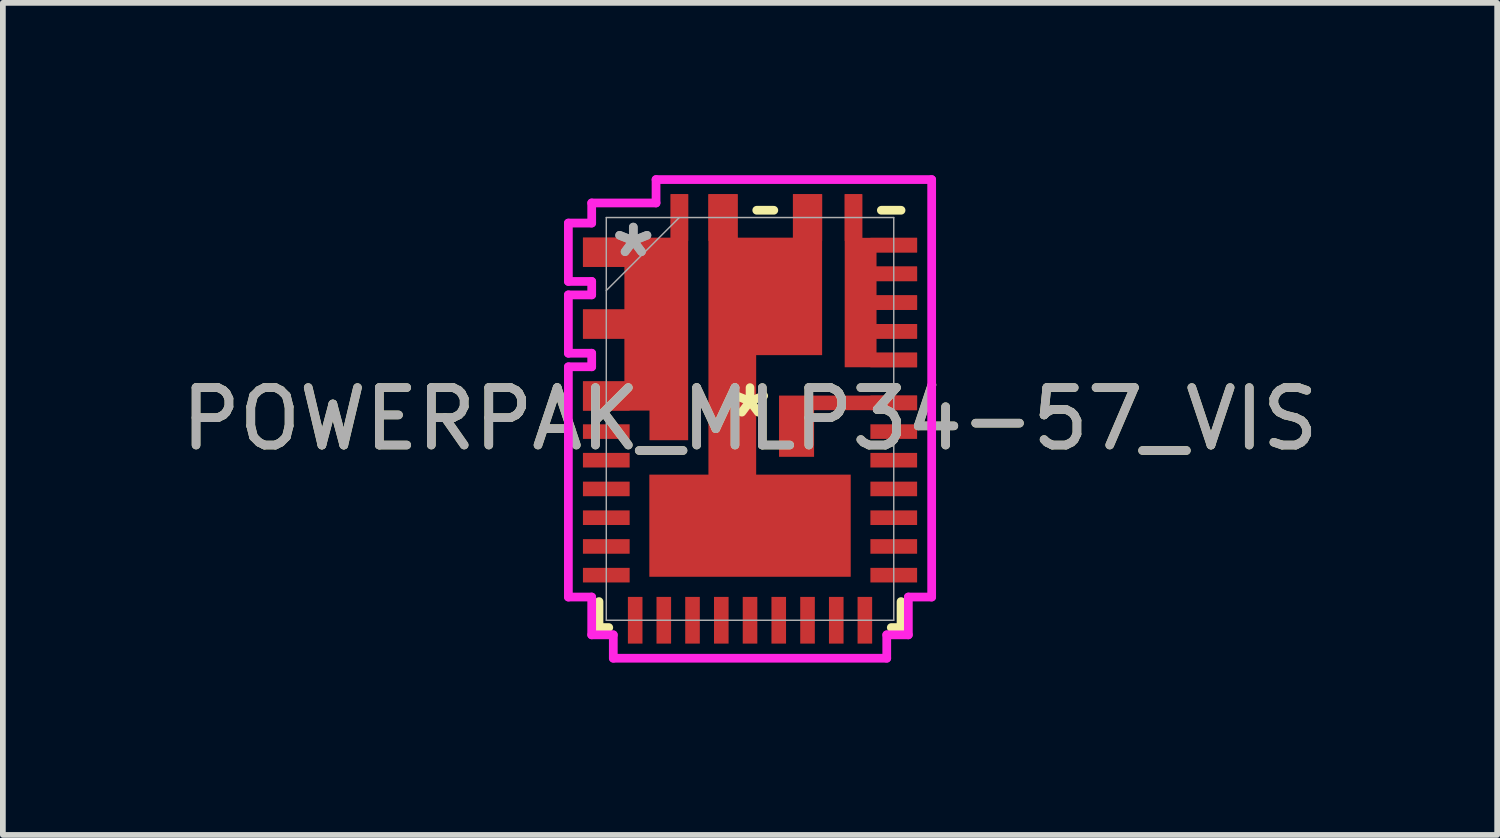
<source format=kicad_pcb>
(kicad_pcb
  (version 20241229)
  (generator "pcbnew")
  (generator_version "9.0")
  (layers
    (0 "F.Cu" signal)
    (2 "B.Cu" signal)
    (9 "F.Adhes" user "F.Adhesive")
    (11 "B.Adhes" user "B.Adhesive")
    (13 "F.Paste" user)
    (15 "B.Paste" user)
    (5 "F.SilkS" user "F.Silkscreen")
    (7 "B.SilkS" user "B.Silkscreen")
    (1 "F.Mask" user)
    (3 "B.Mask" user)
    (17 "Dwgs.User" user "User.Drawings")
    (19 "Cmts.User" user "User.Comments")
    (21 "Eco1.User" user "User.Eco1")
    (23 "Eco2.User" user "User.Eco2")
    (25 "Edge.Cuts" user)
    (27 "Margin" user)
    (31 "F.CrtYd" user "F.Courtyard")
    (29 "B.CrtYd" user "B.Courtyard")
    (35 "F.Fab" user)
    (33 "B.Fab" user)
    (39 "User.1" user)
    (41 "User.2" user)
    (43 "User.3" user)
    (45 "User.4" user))
  (footprint "POWERPAK_MLP34-57_VIS"
    (layer "F.Cu")
    (at 10.006 4.242)
    (property "Reference" "POWERPAK_MLP34-57_VIS" (at 0 0 0) (unlocked yes) (layer "F.SilkS") (effects (font (size 1 1) (thickness 0.15))))
    (attr smd)
    (fp_poly (pts (xy 0.505 -0.406) (xy 0.505 0.66) (xy 1.115 0.66) (xy 1.115 -0.152) (xy 2.908 -0.152) (xy 2.908 -0.406)) (stroke (width 0) (type solid)) (fill yes) (layer "F.Cu"))
    (fp_poly (pts (xy -0.724 -3.912) (xy -0.724 0.97) (xy -1.753 0.97) (xy -1.753 2.748) (xy 1.753 2.748) (xy 1.753 0.97) (xy 0.107 0.97) (xy 0.107 -1.11) (xy 1.255 -1.11) (xy 1.255 -3.912) (xy 0.747 -3.912) (xy 0.747 -3.155) (xy -0.216 -3.155) (xy -0.216 -3.912)) (stroke (width 0) (type solid)) (fill yes) (layer "F.Cu"))
    (fp_poly (pts (xy -2.908 -3.155) (xy -2.908 -2.647) (xy -2.187 -2.647) (xy -2.187 -1.905) (xy -2.908 -1.905) (xy -2.908 -1.397) (xy -2.187 -1.397) (xy -2.187 -0.653) (xy -2.908 -0.653) (xy -2.908 -0.145) (xy -1.75 -0.145) (xy -1.75 0.371) (xy -1.077 0.371) (xy -1.077 -3.912) (xy -1.382 -3.912) (xy -1.382 -3.155)) (stroke (width 0) (type solid)) (fill yes) (layer "F.Cu"))
    (fp_poly (pts (xy 1.648 -0.899) (xy 2.908 -0.899) (xy 2.908 -1.153) (xy 2.202 -1.153) (xy 2.202 -1.397) (xy 2.908 -1.397) (xy 2.908 -1.651) (xy 2.202 -1.651) (xy 2.202 -1.897) (xy 2.908 -1.897) (xy 2.908 -2.151) (xy 2.202 -2.151) (xy 2.202 -2.398) (xy 2.908 -2.398) (xy 2.908 -2.652) (xy 2.202 -2.652) (xy 2.202 -2.898) (xy 2.908 -2.898) (xy 2.908 -3.152) (xy 1.953 -3.152) (xy 1.953 -3.912) (xy 1.648 -3.912)) (stroke (width 0) (type solid)) (fill yes) (layer "F.Cu"))
    (fp_poly (pts (xy 0.505 -0.406) (xy 0.505 0.66) (xy 1.115 0.66) (xy 1.115 -0.152) (xy 2.908 -0.152) (xy 2.908 -0.406)) (stroke (width 0) (type solid)) (fill yes) (layer "F.Mask"))
    (fp_poly (pts (xy -0.724 -3.912) (xy -0.724 0.97) (xy -1.753 0.97) (xy -1.753 2.748) (xy 1.753 2.748) (xy 1.753 0.97) (xy 0.107 0.97) (xy 0.107 -1.11) (xy 1.255 -1.11) (xy 1.255 -3.912) (xy 0.747 -3.912) (xy 0.747 -3.155) (xy -0.216 -3.155) (xy -0.216 -3.912)) (stroke (width 0) (type solid)) (fill yes) (layer "F.Mask"))
    (fp_poly (pts (xy -2.908 -3.155) (xy -2.908 -2.647) (xy -2.187 -2.647) (xy -2.187 -1.905) (xy -2.908 -1.905) (xy -2.908 -1.397) (xy -2.187 -1.397) (xy -2.187 -0.653) (xy -2.908 -0.653) (xy -2.908 -0.145) (xy -1.75 -0.145) (xy -1.75 0.371) (xy -1.077 0.371) (xy -1.077 -3.912) (xy -1.382 -3.912) (xy -1.382 -3.155)) (stroke (width 0) (type solid)) (fill yes) (layer "F.Mask"))
    (fp_poly (pts (xy 1.648 -0.899) (xy 2.908 -0.899) (xy 2.908 -1.153) (xy 2.202 -1.153) (xy 2.202 -1.397) (xy 2.908 -1.397) (xy 2.908 -1.651) (xy 2.202 -1.651) (xy 2.202 -1.897) (xy 2.908 -1.897) (xy 2.908 -2.151) (xy 2.202 -2.151) (xy 2.202 -2.398) (xy 2.908 -2.398) (xy 2.908 -2.652) (xy 2.202 -2.652) (xy 2.202 -2.898) (xy 2.908 -2.898) (xy 2.908 -3.152) (xy 1.953 -3.152) (xy 1.953 -3.912) (xy 1.648 -3.912)) (stroke (width 0) (type solid)) (fill yes) (layer "F.Mask"))
    (fp_line (start -2.629 3.632) (end -2.629 3.18) (stroke (width 0.152) (type solid)) (layer "F.SilkS"))
    (fp_line (start -2.459 3.632) (end -2.629 3.632) (stroke (width 0.152) (type solid)) (layer "F.SilkS"))
    (fp_line (start 0.117 -3.632) (end 0.414 -3.632) (stroke (width 0.152) (type solid)) (layer "F.SilkS"))
    (fp_line (start 2.286 -3.632) (end 2.629 -3.632) (stroke (width 0.152) (type solid)) (layer "F.SilkS"))
    (fp_line (start 2.629 3.18) (end 2.629 3.632) (stroke (width 0.152) (type solid)) (layer "F.SilkS"))
    (fp_line (start 2.629 3.632) (end 2.459 3.632) (stroke (width 0.152) (type solid)) (layer "F.SilkS"))
    (fp_poly (pts (xy 0.505 -0.406) (xy 0.505 0.66) (xy 1.115 0.66) (xy 1.115 -0.152) (xy 2.908 -0.152) (xy 2.908 -0.406)) (stroke (width 0) (type solid)) (fill yes) (layer "F.Paste"))
    (fp_poly (pts (xy -0.724 -3.912) (xy -0.724 0.97) (xy -1.753 0.97) (xy -1.753 2.748) (xy 1.753 2.748) (xy 1.753 0.97) (xy 0.107 0.97) (xy 0.107 -1.11) (xy 1.255 -1.11) (xy 1.255 -3.912) (xy 0.747 -3.912) (xy 0.747 -3.155) (xy -0.216 -3.155) (xy -0.216 -3.912)) (stroke (width 0) (type solid)) (fill yes) (layer "F.Paste"))
    (fp_poly (pts (xy -2.908 -3.155) (xy -2.908 -2.647) (xy -2.187 -2.647) (xy -2.187 -1.905) (xy -2.908 -1.905) (xy -2.908 -1.397) (xy -2.187 -1.397) (xy -2.187 -0.653) (xy -2.908 -0.653) (xy -2.908 -0.145) (xy -1.75 -0.145) (xy -1.75 0.371) (xy -1.077 0.371) (xy -1.077 -3.912) (xy -1.382 -3.912) (xy -1.382 -3.155)) (stroke (width 0) (type solid)) (fill yes) (layer "F.Paste"))
    (fp_poly (pts (xy 1.648 -0.899) (xy 2.908 -0.899) (xy 2.908 -1.153) (xy 2.202 -1.153) (xy 2.202 -1.397) (xy 2.908 -1.397) (xy 2.908 -1.651) (xy 2.202 -1.651) (xy 2.202 -1.897) (xy 2.908 -1.897) (xy 2.908 -2.151) (xy 2.202 -2.151) (xy 2.202 -2.398) (xy 2.908 -2.398) (xy 2.908 -2.652) (xy 2.202 -2.652) (xy 2.202 -2.898) (xy 2.908 -2.898) (xy 2.908 -3.152) (xy 1.953 -3.152) (xy 1.953 -3.912) (xy 1.648 -3.912)) (stroke (width 0) (type solid)) (fill yes) (layer "F.Paste"))
    (fp_line (start -3.162 -3.409) (end -3.162 -2.393) (stroke (width 0.152) (type solid)) (layer "F.CrtYd"))
    (fp_line (start -3.162 -2.393) (end -2.756 -2.393) (stroke (width 0.152) (type solid)) (layer "F.CrtYd"))
    (fp_line (start -3.162 -2.159) (end -3.162 -1.143) (stroke (width 0.152) (type solid)) (layer "F.CrtYd"))
    (fp_line (start -3.162 -1.143) (end -2.756 -1.143) (stroke (width 0.152) (type solid)) (layer "F.CrtYd"))
    (fp_line (start -3.162 -0.907) (end -3.162 3.101) (stroke (width 0.152) (type solid)) (layer "F.CrtYd"))
    (fp_line (start -3.162 3.101) (end -2.756 3.101) (stroke (width 0.152) (type solid)) (layer "F.CrtYd"))
    (fp_line (start -2.756 -3.759) (end -2.756 -3.409) (stroke (width 0.152) (type solid)) (layer "F.CrtYd"))
    (fp_line (start -2.756 -3.409) (end -3.162 -3.409) (stroke (width 0.152) (type solid)) (layer "F.CrtYd"))
    (fp_line (start -2.756 -2.393) (end -2.756 -2.159) (stroke (width 0.152) (type solid)) (layer "F.CrtYd"))
    (fp_line (start -2.756 -2.159) (end -3.162 -2.159) (stroke (width 0.152) (type solid)) (layer "F.CrtYd"))
    (fp_line (start -2.756 -1.143) (end -2.756 -0.907) (stroke (width 0.152) (type solid)) (layer "F.CrtYd"))
    (fp_line (start -2.756 -0.907) (end -3.162 -0.907) (stroke (width 0.152) (type solid)) (layer "F.CrtYd"))
    (fp_line (start -2.756 3.101) (end -2.756 3.759) (stroke (width 0.152) (type solid)) (layer "F.CrtYd"))
    (fp_line (start -2.756 3.759) (end -2.38 3.759) (stroke (width 0.152) (type solid)) (layer "F.CrtYd"))
    (fp_line (start -2.38 3.759) (end -2.38 4.166) (stroke (width 0.152) (type solid)) (layer "F.CrtYd"))
    (fp_line (start -2.38 4.166) (end 2.38 4.166) (stroke (width 0.152) (type solid)) (layer "F.CrtYd"))
    (fp_line (start -1.636 -4.166) (end -1.636 -3.759) (stroke (width 0.152) (type solid)) (layer "F.CrtYd"))
    (fp_line (start -1.636 -3.759) (end -2.756 -3.759) (stroke (width 0.152) (type solid)) (layer "F.CrtYd"))
    (fp_line (start 2.38 3.759) (end 2.756 3.759) (stroke (width 0.152) (type solid)) (layer "F.CrtYd"))
    (fp_line (start 2.38 4.166) (end 2.38 3.759) (stroke (width 0.152) (type solid)) (layer "F.CrtYd"))
    (fp_line (start 2.756 3.101) (end 3.162 3.101) (stroke (width 0.152) (type solid)) (layer "F.CrtYd"))
    (fp_line (start 2.756 3.759) (end 2.756 3.101) (stroke (width 0.152) (type solid)) (layer "F.CrtYd"))
    (fp_line (start 3.162 -4.166) (end -1.636 -4.166) (stroke (width 0.152) (type solid)) (layer "F.CrtYd"))
    (fp_line (start 3.162 3.101) (end 3.162 -4.166) (stroke (width 0.152) (type solid)) (layer "F.CrtYd"))
    (fp_line (start -2.502 -3.505) (end -2.502 3.505) (stroke (width 0.025) (type solid)) (layer "F.Fab"))
    (fp_line (start -2.502 -2.235) (end -1.232 -3.505) (stroke (width 0.025) (type solid)) (layer "F.Fab"))
    (fp_line (start -2.502 3.505) (end 2.502 3.505) (stroke (width 0.025) (type solid)) (layer "F.Fab"))
    (fp_line (start 2.502 -3.505) (end -2.502 -3.505) (stroke (width 0.025) (type solid)) (layer "F.Fab"))
    (fp_line (start 2.502 3.505) (end 2.502 -3.505) (stroke (width 0.025) (type solid)) (layer "F.Fab"))
    (fp_text user "*" (at 0 0 0) (layer "F.SilkS") (effects (font (size 1 1) (thickness 0.15))))
    (fp_text user "*" (at -2.032 -2.794 0) (layer "F.Fab") (effects (font (size 1 1) (thickness 0.15))))
    (fp_text user "${REFERENCE}" (at 0 0 0) (unlocked yes) (layer "F.Fab") (effects (font (size 1 1) (thickness 0.15))))
    (fp_text user "*" (at -2.032 -2.794 0) (unlocked yes) (layer "F.Fab") (effects (font (size 1 1) (thickness 0.15))))
    (pad "1" smd rect (at -2.502 -2.901) (size 0.813 0.508) (layers "F.Cu" "F.Mask" "F.Paste"))
    (pad "2" smd rect (at -2.502 -1.651) (size 0.813 0.508) (layers "F.Cu" "F.Mask" "F.Paste"))
    (pad "3" smd rect (at -2.502 -0.399) (size 0.813 0.508) (layers "F.Cu" "F.Mask" "F.Paste"))
    (pad "4" smd rect (at -2.502 0.221) (size 0.813 0.254) (layers "F.Cu" "F.Mask" "F.Paste"))
    (pad "5" smd rect (at -2.502 0.719) (size 0.813 0.254) (layers "F.Cu" "F.Mask" "F.Paste"))
    (pad "6" smd rect (at -2.502 1.219) (size 0.813 0.254) (layers "F.Cu" "F.Mask" "F.Paste"))
    (pad "7" smd rect (at -2.502 1.72) (size 0.813 0.254) (layers "F.Cu" "F.Mask" "F.Paste"))
    (pad "8" smd rect (at -2.502 2.22) (size 0.813 0.254) (layers "F.Cu" "F.Mask" "F.Paste"))
    (pad "9" smd rect (at -2.502 2.72) (size 0.813 0.254) (layers "F.Cu" "F.Mask" "F.Paste"))
    (pad "10" smd rect (at -1.999 3.505 90) (size 0.813 0.254) (layers "F.Cu" "F.Mask" "F.Paste"))
    (pad "11" smd rect (at -1.501 3.505 90) (size 0.813 0.254) (layers "F.Cu" "F.Mask" "F.Paste"))
    (pad "12" smd rect (at -1.001 3.505 90) (size 0.813 0.254) (layers "F.Cu" "F.Mask" "F.Paste"))
    (pad "13" smd rect (at -0.5 3.505 90) (size 0.813 0.254) (layers "F.Cu" "F.Mask" "F.Paste"))
    (pad "14" smd rect (at 0 3.505 90) (size 0.813 0.254) (layers "F.Cu" "F.Mask" "F.Paste"))
    (pad "15" smd rect (at 0.5 3.505 90) (size 0.813 0.254) (layers "F.Cu" "F.Mask" "F.Paste"))
    (pad "16" smd rect (at 1.001 3.505 90) (size 0.813 0.254) (layers "F.Cu" "F.Mask" "F.Paste"))
    (pad "17" smd rect (at 1.501 3.505 90) (size 0.813 0.254) (layers "F.Cu" "F.Mask" "F.Paste"))
    (pad "18" smd rect (at 1.999 3.505 90) (size 0.813 0.254) (layers "F.Cu" "F.Mask" "F.Paste"))
    (pad "19" smd rect (at 2.502 2.72) (size 0.813 0.254) (layers "F.Cu" "F.Mask" "F.Paste"))
    (pad "20" smd rect (at 2.502 2.22) (size 0.813 0.254) (layers "F.Cu" "F.Mask" "F.Paste"))
    (pad "21" smd rect (at 2.502 1.72) (size 0.813 0.254) (layers "F.Cu" "F.Mask" "F.Paste"))
    (pad "22" smd rect (at 2.502 1.219) (size 0.813 0.254) (layers "F.Cu" "F.Mask" "F.Paste"))
    (pad "23" smd rect (at 2.502 0.719) (size 0.813 0.254) (layers "F.Cu" "F.Mask" "F.Paste"))
    (pad "24" smd rect (at 2.502 0.221) (size 0.813 0.254) (layers "F.Cu" "F.Mask" "F.Paste"))
    (pad "25" smd rect (at 2.502 -0.279) (size 0.813 0.254) (layers "F.Cu" "F.Mask" "F.Paste"))
    (pad "26" smd rect (at 2.502 -1.026) (size 0.813 0.254) (layers "F.Cu" "F.Mask" "F.Paste"))
    (pad "27" smd rect (at 2.502 -1.524) (size 0.813 0.254) (layers "F.Cu" "F.Mask" "F.Paste"))
    (pad "28" smd rect (at 2.502 -2.024) (size 0.813 0.254) (layers "F.Cu" "F.Mask" "F.Paste"))
    (pad "29" smd rect (at 2.502 -2.525) (size 0.813 0.254) (layers "F.Cu" "F.Mask" "F.Paste"))
    (pad "30" smd rect (at 2.502 -3.025) (size 0.813 0.254) (layers "F.Cu" "F.Mask" "F.Paste"))
    (pad "31" smd rect (at 1.801 -3.505 90) (size 0.813 0.305) (layers "F.Cu" "F.Mask" "F.Paste"))
    (pad "32" smd rect (at 1.001 -3.505 90) (size 0.813 0.508) (layers "F.Cu" "F.Mask" "F.Paste"))
    (pad "33" smd rect (at -0.47 -3.505 90) (size 0.813 0.508) (layers "F.Cu" "F.Mask" "F.Paste"))
    (pad "34" smd rect (at -1.229 -3.505 90) (size 0.813 0.305) (layers "F.Cu" "F.Mask" "F.Paste")))
  (gr_rect
    (start -3 -3)
    (end 23.012 11.484)
    (stroke (width 0.1) (type default))
    (fill no)
    (layer "Edge.Cuts")))
</source>
